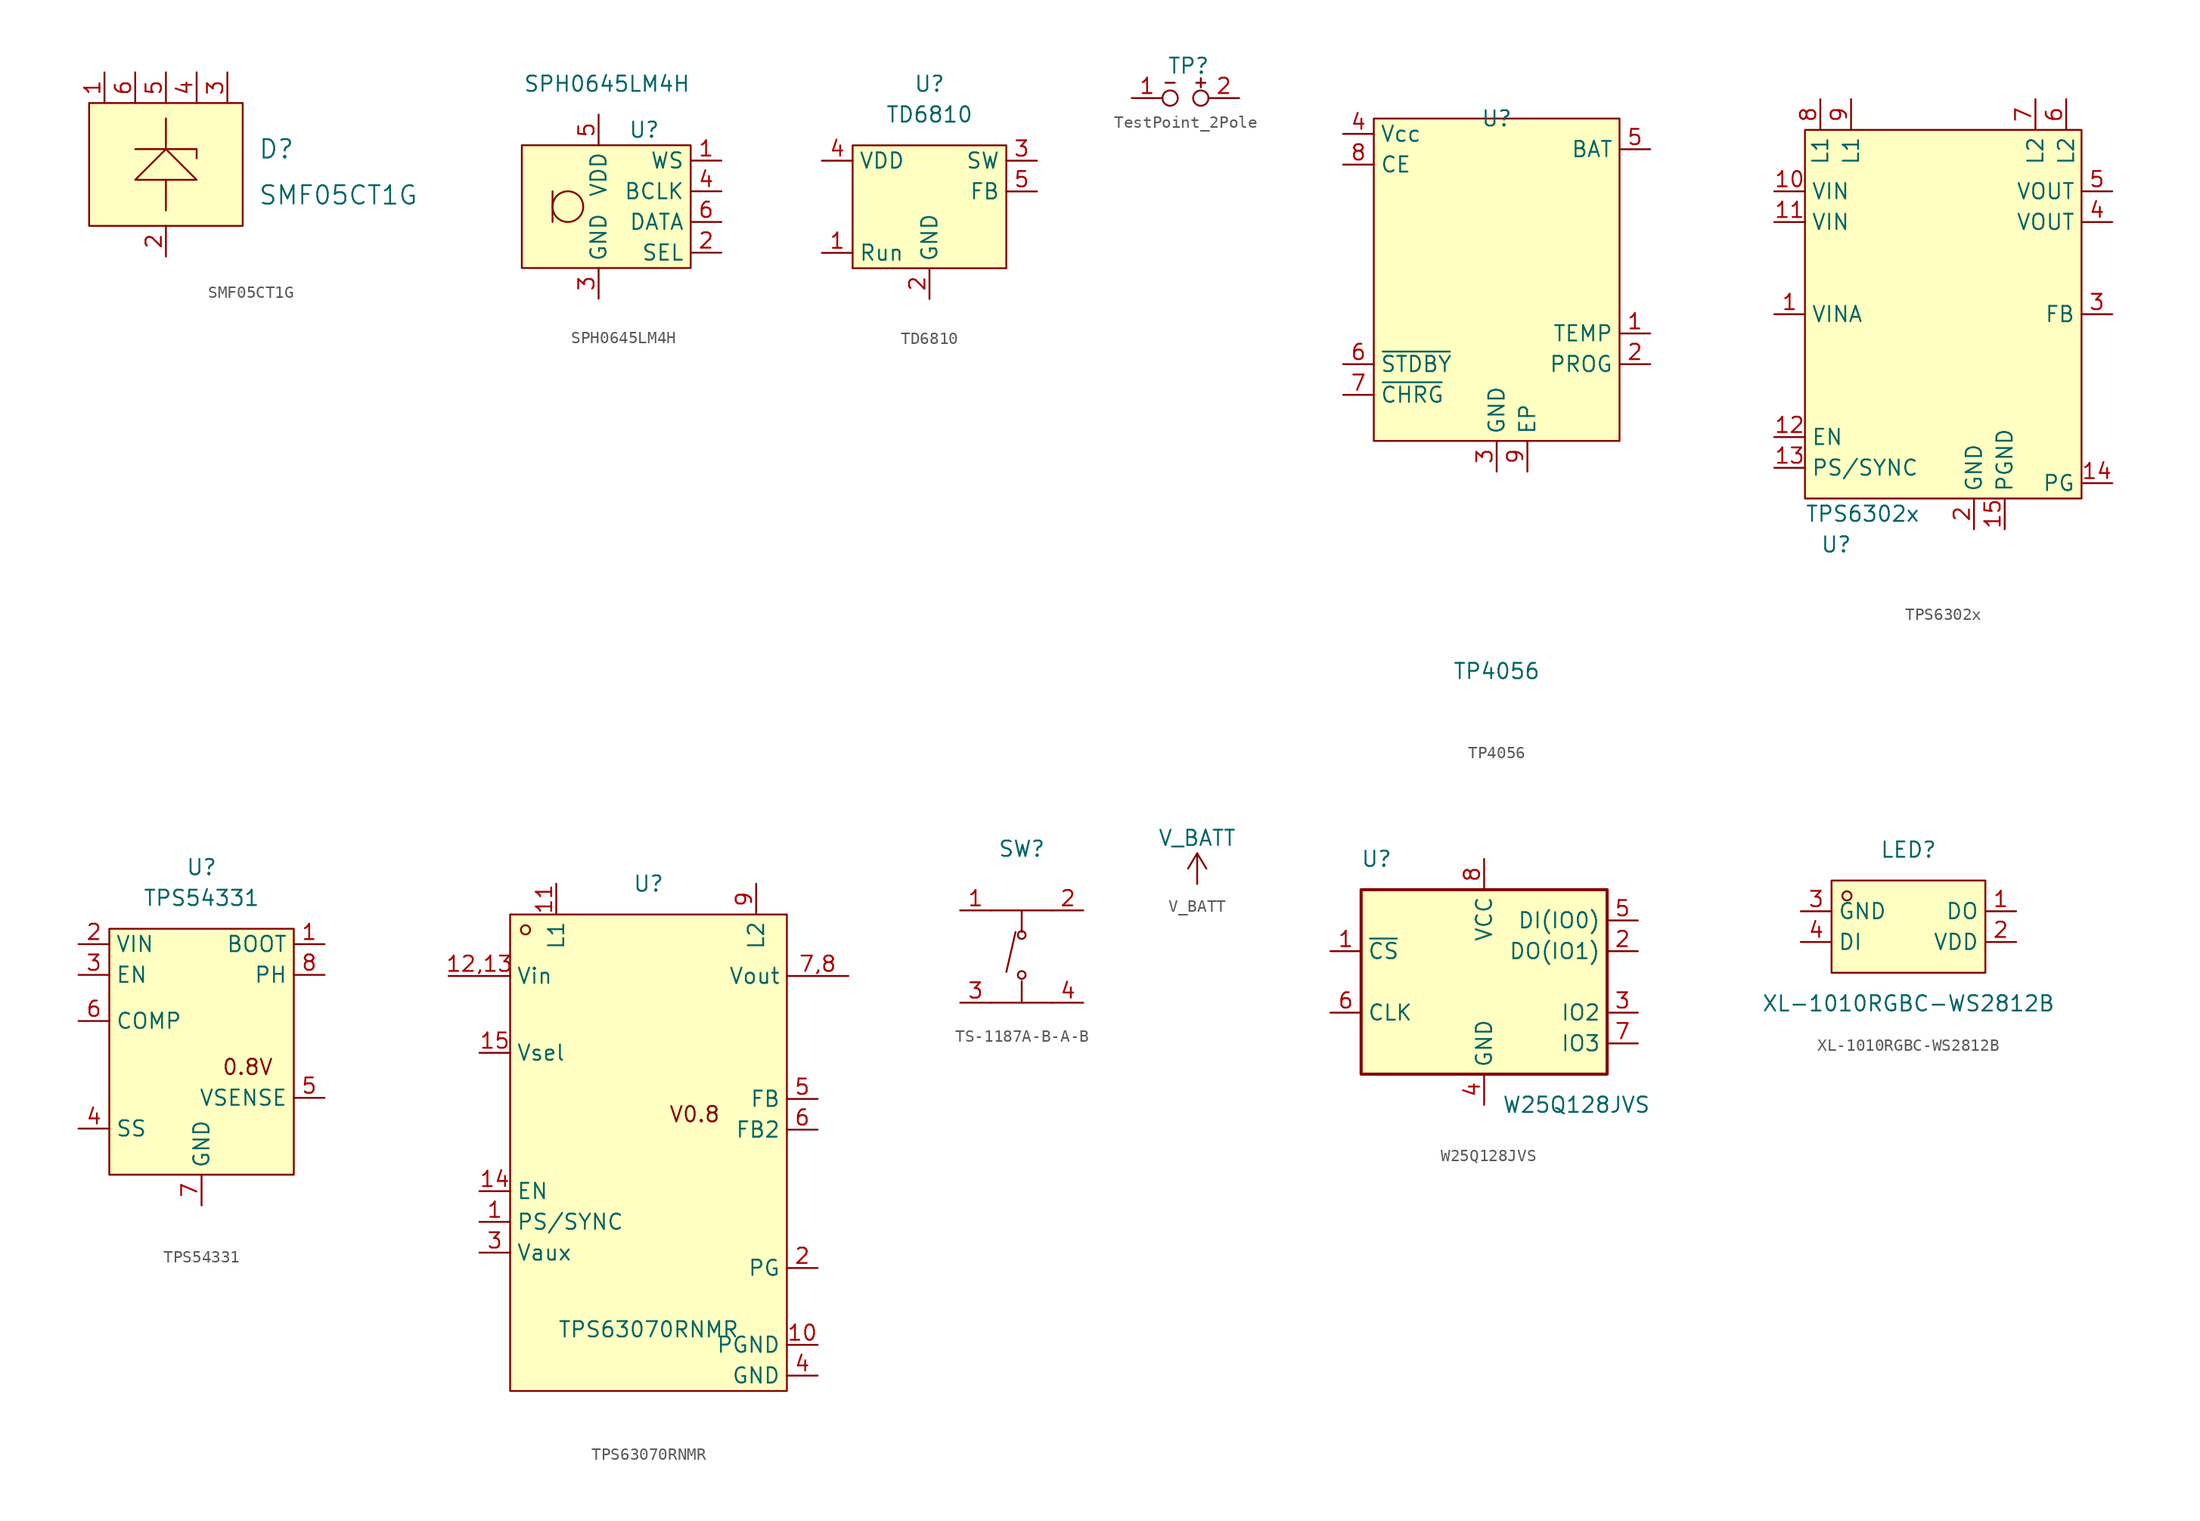
<source format=kicad_sym>
(kicad_symbol_lib
  (version 20231120)
  (generator "kicad_symbol_editor")
  (generator_version "8.0")
  (symbol "SMF05CT1G"
    (pin_names
      (offset 1.016))
    (property "Reference" "D"
      (at 7.62 0 0)
      (effects (font (size 1.524 1.524)) (justify left)))
    (property "Value" "SMF05CT1G"
      (at 7.62 -3.81 0)
      (effects (font (size 1.524 1.524)) (justify left)))
    (symbol "SMF05CT1G_0_1"
      (rectangle (start -6.35 3.81) (end 6.35 -6.35) (stroke (width 0) (type default)) (fill (type background)))
      (polyline (pts (xy 0 -2.54) (xy 0 -5.08)) (stroke (width 0) (type default)) (fill (type none)))
      (polyline (pts (xy 0 0) (xy 0 2.54)) (stroke (width 0) (type default)) (fill (type none))))
    (symbol "SMF05CT1G_1_1"
      (polyline (pts (xy -2.54 0) (xy 2.54 0)) (stroke (width 0) (type default)) (fill (type none)))
      (polyline (pts (xy 2.54 0) (xy 2.54 -0.762)) (stroke (width 0) (type default)) (fill (type none)))
      (polyline (pts (xy 2.54 -2.54) (xy 0 0) (xy -2.54 -2.54) (xy 2.54 -2.54)) (stroke (width 0) (type default)) (fill (type background)))
      (pin input line (at -5.08 6.35 270) (length 2.54) (name "" (effects (font (size 1.27 1.27)))) (number "1" (effects (font (size 1.27 1.27)))))
      (pin input line (at 0 -8.89 90) (length 2.54) (name "" (effects (font (size 1.27 1.27)))) (number "2" (effects (font (size 1.27 1.27)))))
      (pin input line (at 5.08 6.35 270) (length 2.54) (name "" (effects (font (size 1.27 1.27)))) (number "3" (effects (font (size 1.27 1.27)))))
      (pin input line (at 2.54 6.35 270) (length 2.54) (name "" (effects (font (size 1.27 1.27)))) (number "4" (effects (font (size 1.27 1.27)))))
      (pin input line (at 0 6.35 270) (length 2.54) (name "" (effects (font (size 1.27 1.27)))) (number "5" (effects (font (size 1.27 1.27)))))
      (pin input line (at -2.54 6.35 270) (length 2.54) (name "" (effects (font (size 1.27 1.27)))) (number "6" (effects (font (size 1.27 1.27)))))))
  (symbol "SPH0645LM4H"
    (property "Reference" "U"
      (at 3.81 6.35 0)
      (effects (font (size 1.27 1.27)) (justify right)))
    (property "Value" "SPH0645LM4H"
      (at 6.35 10.16 0)
      (effects (font (size 1.27 1.27)) (justify right)))
    (symbol "SPH0645LM4H_0_1"
      (rectangle (start -7.62 5.08) (end 6.35 -5.08) (stroke (width 0) (type default)) (fill (type background)))
      (circle (center -3.81 0) (radius 1.27) (stroke (width 0) (type default)) (fill (type none)))
      (polyline (pts (xy -5.08 1.27) (xy -5.08 -1.27)) (stroke (width 0) (type default)) (fill (type none))))
    (symbol "SPH0645LM4H_1_1"
      (pin input line (at 8.89 3.81 180) (length 2.54) (name "WS" (effects (font (size 1.27 1.27)))) (number "1" (effects (font (size 1.27 1.27)))))
      (pin input line (at 8.89 -3.81 180) (length 2.54) (name "SEL" (effects (font (size 1.27 1.27)))) (number "2" (effects (font (size 1.27 1.27)))))
      (pin input line (at -1.27 -7.62 90) (length 2.54) (name "GND" (effects (font (size 1.27 1.27)))) (number "3" (effects (font (size 1.27 1.27)))))
      (pin input line (at 8.89 1.27 180) (length 2.54) (name "BCLK" (effects (font (size 1.27 1.27)))) (number "4" (effects (font (size 1.27 1.27)))))
      (pin input line (at -1.27 7.62 270) (length 2.54) (name "VDD" (effects (font (size 1.27 1.27)))) (number "5" (effects (font (size 1.27 1.27)))))
      (pin input line (at 8.89 -1.27 180) (length 2.54) (name "DATA" (effects (font (size 1.27 1.27)))) (number "6" (effects (font (size 1.27 1.27)))))))
  (symbol "TD6810"
    (property "Reference" "U"
      (at 0 6.35 0)
      (effects (font (size 1.27 1.27))))
    (property "Value" "TD6810"
      (at 0 3.81 0)
      (effects (font (size 1.27 1.27))))
    (symbol "TD6810_0_1"
      (rectangle (start -6.35 1.27) (end 6.35 -8.89) (stroke (width 0) (type default)) (fill (type background))))
    (symbol "TD6810_1_1"
      (pin input line (at -8.89 -7.62 0) (length 2.54) (name "Run" (effects (font (size 1.27 1.27)))) (number "1" (effects (font (size 1.27 1.27)))))
      (pin power_in line (at 0 -11.43 90) (length 2.54) (name "GND" (effects (font (size 1.27 1.27)))) (number "2" (effects (font (size 1.27 1.27)))))
      (pin power_out line (at 8.89 0 180) (length 2.54) (name "SW" (effects (font (size 1.27 1.27)))) (number "3" (effects (font (size 1.27 1.27)))))
      (pin power_in line (at -8.89 0 0) (length 2.54) (name "VDD" (effects (font (size 1.27 1.27)))) (number "4" (effects (font (size 1.27 1.27)))))
      (pin input line (at 8.89 -2.54 180) (length 2.54) (name "FB" (effects (font (size 1.27 1.27)))) (number "5" (effects (font (size 1.27 1.27)))))))
  (symbol "TestPoint_2Pole"
    (pin_names
      (offset 0.762) hide)
    (property "Reference" "TP"
      (at 0.889 2.667 0)
      (effects (font (size 1.27 1.27))))
    (symbol "TestPoint_2Pole_0_1"
      (circle (center -0.635 0) (radius 0.635) (stroke (width 0) (type default)) (fill (type none)))
      (polyline (pts (xy -1.016 1.27) (xy -0.254 1.27)) (stroke (width 0) (type default)) (fill (type none)))
      (polyline (pts (xy 1.524 1.27) (xy 2.286 1.27)) (stroke (width 0) (type default)) (fill (type none)))
      (polyline (pts (xy 1.905 0.889) (xy 1.905 1.651)) (stroke (width 0) (type default)) (fill (type none)))
      (circle (center 1.905 0) (radius 0.635) (stroke (width 0) (type default)) (fill (type none))))
    (symbol "TestPoint_2Pole_1_1"
      (pin passive line (at -3.81 0 0) (length 2.54) (name "" (effects (font (size 1.27 1.27)))) (number "1" (effects (font (size 1.27 1.27)))))
      (pin passive line (at 5.08 0 180) (length 2.54) (name "" (effects (font (size 1.27 1.27)))) (number "2" (effects (font (size 1.27 1.27)))))))
  (symbol "TP4056"
    (property "Reference" "U"
      (at 0 20.32 0)
      (effects (font (size 1.27 1.27))))
    (property "Value" "TP4056"
      (at 0 -25.4 0)
      (effects (font (size 1.27 1.27))))
    (symbol "TP4056_0_1"
      (rectangle (start -10.16 20.32) (end 10.16 -6.35) (stroke (width 0) (type default)) (fill (type background))))
    (symbol "TP4056_1_1"
      (pin input line (at 12.7 2.54 180) (length 2.54) (name "TEMP" (effects (font (size 1.27 1.27)))) (number "1" (effects (font (size 1.27 1.27)))))
      (pin input line (at 12.7 0 180) (length 2.54) (name "PROG" (effects (font (size 1.27 1.27)))) (number "2" (effects (font (size 1.27 1.27)))))
      (pin input line (at 0 -8.89 90) (length 2.54) (name "GND" (effects (font (size 1.27 1.27)))) (number "3" (effects (font (size 1.27 1.27)))))
      (pin input line (at -12.7 19.05 0) (length 2.54) (name "Vcc" (effects (font (size 1.27 1.27)))) (number "4" (effects (font (size 1.27 1.27)))))
      (pin input line (at 12.7 17.78 180) (length 2.54) (name "BAT" (effects (font (size 1.27 1.27)))) (number "5" (effects (font (size 1.27 1.27)))))
      (pin input line (at -12.7 0 0) (length 2.54) (name "~{STDBY}" (effects (font (size 1.27 1.27)))) (number "6" (effects (font (size 1.27 1.27)))))
      (pin input line (at -12.7 -2.54 0) (length 2.54) (name "~{CHRG}" (effects (font (size 1.27 1.27)))) (number "7" (effects (font (size 1.27 1.27)))))
      (pin input line (at -12.7 16.51 0) (length 2.54) (name "CE" (effects (font (size 1.27 1.27)))) (number "8" (effects (font (size 1.27 1.27)))))
      (pin input line (at 2.54 -8.89 90) (length 2.54) (name "EP" (effects (font (size 1.27 1.27)))) (number "9" (effects (font (size 1.27 1.27)))))))
  (symbol "TPS6302x"
    (property "Reference" "U"
      (at -6.35 -41.91 0)
      (effects (font (size 1.27 1.27)) (justify left)))
    (property "Value" "TPS6302x"
      (at -7.62 -39.37 0)
      (effects (font (size 1.27 1.27)) (justify left)))
    (symbol "TPS6302x_0_1"
      (rectangle (start -7.62 -7.62) (end 15.24 -38.1) (stroke (width 0) (type default)) (fill (type background))))
    (symbol "TPS6302x_1_1"
      (pin input line (at -10.16 -22.86 0) (length 2.54) (name "VINA" (effects (font (size 1.27 1.27)))) (number "1" (effects (font (size 1.27 1.27)))))
      (pin input line (at -10.16 -12.7 0) (length 2.54) (name "VIN" (effects (font (size 1.27 1.27)))) (number "10" (effects (font (size 1.27 1.27)))))
      (pin input line (at -10.16 -15.24 0) (length 2.54) (name "VIN" (effects (font (size 1.27 1.27)))) (number "11" (effects (font (size 1.27 1.27)))))
      (pin input line (at -10.16 -33.02 0) (length 2.54) (name "EN" (effects (font (size 1.27 1.27)))) (number "12" (effects (font (size 1.27 1.27)))))
      (pin input line (at -10.16 -35.56 0) (length 2.54) (name "PS/SYNC" (effects (font (size 1.27 1.27)))) (number "13" (effects (font (size 1.27 1.27)))))
      (pin input line (at 17.78 -36.83 180) (length 2.54) (name "PG" (effects (font (size 1.27 1.27)))) (number "14" (effects (font (size 1.27 1.27)))))
      (pin input line (at 8.89 -40.64 90) (length 2.54) (name "PGND" (effects (font (size 1.27 1.27)))) (number "15" (effects (font (size 1.27 1.27)))))
      (pin input line (at 6.35 -40.64 90) (length 2.54) (name "GND" (effects (font (size 1.27 1.27)))) (number "2" (effects (font (size 1.27 1.27)))))
      (pin input line (at 17.78 -22.86 180) (length 2.54) (name "FB" (effects (font (size 1.27 1.27)))) (number "3" (effects (font (size 1.27 1.27)))))
      (pin input line (at 17.78 -15.24 180) (length 2.54) (name "VOUT" (effects (font (size 1.27 1.27)))) (number "4" (effects (font (size 1.27 1.27)))))
      (pin input line (at 17.78 -12.7 180) (length 2.54) (name "VOUT" (effects (font (size 1.27 1.27)))) (number "5" (effects (font (size 1.27 1.27)))))
      (pin passive line (at 13.97 -5.08 270) (length 2.54) (name "L2" (effects (font (size 1.27 1.27)))) (number "6" (effects (font (size 1.27 1.27)))))
      (pin passive line (at 11.43 -5.08 270) (length 2.54) (name "L2" (effects (font (size 1.27 1.27)))) (number "7" (effects (font (size 1.27 1.27)))))
      (pin passive line (at -6.35 -5.08 270) (length 2.54) (name "L1" (effects (font (size 1.27 1.27)))) (number "8" (effects (font (size 1.27 1.27)))))
      (pin power_out line (at -3.81 -5.08 270) (length 2.54) (name "L1" (effects (font (size 1.27 1.27)))) (number "9" (effects (font (size 1.27 1.27)))))))
  (symbol "TPS54331"
    (property "Reference" "U"
      (at 1.27 1.27 0)
      (effects (font (size 1.27 1.27))))
    (property "Value" "TPS54331"
      (at 1.27 -1.27 0)
      (effects (font (size 1.27 1.27))))
    (symbol "TPS54331_0_0"
      (text "0.8V" (at 5.08 -15.24 0) (effects (font (size 1.27 1.27)))))
    (symbol "TPS54331_0_1"
      (rectangle (start -6.35 -3.81) (end 8.89 -24.13) (stroke (width 0) (type default)) (fill (type background))))
    (symbol "TPS54331_1_1"
      (pin input line (at 11.43 -5.08 180) (length 2.54) (name "BOOT" (effects (font (size 1.27 1.27)))) (number "1" (effects (font (size 1.27 1.27)))))
      (pin input line (at -8.89 -5.08 0) (length 2.54) (name "VIN" (effects (font (size 1.27 1.27)))) (number "2" (effects (font (size 1.27 1.27)))))
      (pin input line (at -8.89 -7.62 0) (length 2.54) (name "EN" (effects (font (size 1.27 1.27)))) (number "3" (effects (font (size 1.27 1.27)))))
      (pin input line (at -8.89 -20.32 0) (length 2.54) (name "SS" (effects (font (size 1.27 1.27)))) (number "4" (effects (font (size 1.27 1.27)))))
      (pin input line (at 11.43 -17.78 180) (length 2.54) (name "VSENSE" (effects (font (size 1.27 1.27)))) (number "5" (effects (font (size 1.27 1.27)))))
      (pin input line (at -8.89 -11.43 0) (length 2.54) (name "COMP" (effects (font (size 1.27 1.27)))) (number "6" (effects (font (size 1.27 1.27)))))
      (pin input line (at 1.27 -26.67 90) (length 2.54) (name "GND" (effects (font (size 1.27 1.27)))) (number "7" (effects (font (size 1.27 1.27)))))
      (pin input line (at 11.43 -7.62 180) (length 2.54) (name "PH" (effects (font (size 1.27 1.27)))) (number "8" (effects (font (size 1.27 1.27)))))))
  (symbol "TPS63070RNMR"
    (property "Reference" "U"
      (at 0 13.97 0)
      (effects (font (size 1.27 1.27))))
    (property "Value" "TPS63070RNMR"
      (at 0 -22.86 0)
      (effects (font (size 1.27 1.27))))
    (symbol "TPS63070RNMR_0_1"
      (rectangle (start -11.43 11.43) (end 11.43 -27.94) (stroke (width 0) (type default)) (fill (type background)))
      (circle (center -10.16 10.16) (radius 0.38) (stroke (width 0) (type default)) (fill (type none)))
      (pin unspecified line (at -13.97 -13.97 0) (length 2.54) (name "PS/SYNC" (effects (font (size 1.27 1.27)))) (number "1" (effects (font (size 1.27 1.27)))))
      (pin unspecified line (at 13.97 -24.13 180) (length 2.54) (name "PGND" (effects (font (size 1.27 1.27)))) (number "10" (effects (font (size 1.27 1.27)))))
      (pin unspecified line (at -13.97 -11.43 0) (length 2.54) (name "EN" (effects (font (size 1.27 1.27)))) (number "14" (effects (font (size 1.27 1.27)))))
      (pin unspecified line (at -13.97 0 0) (length 2.54) (name "Vsel" (effects (font (size 1.27 1.27)))) (number "15" (effects (font (size 1.27 1.27)))))
      (pin unspecified line (at 13.97 -17.78 180) (length 2.54) (name "PG" (effects (font (size 1.27 1.27)))) (number "2" (effects (font (size 1.27 1.27)))))
      (pin unspecified line (at -13.97 -16.51 0) (length 2.54) (name "Vaux" (effects (font (size 1.27 1.27)))) (number "3" (effects (font (size 1.27 1.27)))))
      (pin unspecified line (at 13.97 -26.67 180) (length 2.54) (name "GND" (effects (font (size 1.27 1.27)))) (number "4" (effects (font (size 1.27 1.27)))))
      (pin unspecified line (at 13.97 -3.81 180) (length 2.54) (name "FB" (effects (font (size 1.27 1.27)))) (number "5" (effects (font (size 1.27 1.27)))))
      (pin unspecified line (at 13.97 -6.35 180) (length 2.54) (name "FB2" (effects (font (size 1.27 1.27)))) (number "6" (effects (font (size 1.27 1.27)))))
      (pin unspecified line (at 8.89 13.97 270) (length 2.54) (name "L2" (effects (font (size 1.27 1.27)))) (number "9" (effects (font (size 1.27 1.27))))))
    (symbol "TPS63070RNMR_1_1"
      (text "V0.8" (at 3.81 -5.08 0) (effects (font (size 1.27 1.27))))
      (pin power_out line (at -7.62 13.97 270) (length 2.54) (name "L1" (effects (font (size 1.27 1.27)))) (number "11" (effects (font (size 1.27 1.27)))))
      (pin power_in line (at -16.51 6.35 0) (length 5.08) (name "Vin" (effects (font (size 1.27 1.27)))) (number "12,13" (effects (font (size 1.27 1.27)))))
      (pin unspecified line (at 16.51 6.35 180) (length 5.08) (name "Vout" (effects (font (size 1.27 1.27)))) (number "7,8" (effects (font (size 1.27 1.27)))))))
  (symbol "TS-1187A-B-A-B"
    (property "Reference" "SW"
      (at 0 7.62 0)
      (effects (font (size 1.27 1.27))))
    (symbol "TS-1187A-B-A-B_0_1"
      (circle (center 0 -2.79) (radius 0.32) (stroke (width 0) (type default)) (fill (type none)))
      (polyline (pts (xy -2.54 -5.08) (xy 2.54 -5.08)) (stroke (width 0) (type default)) (fill (type none)))
      (polyline (pts (xy -2.54 2.54) (xy 2.54 2.54)) (stroke (width 0) (type default)) (fill (type none)))
      (polyline (pts (xy -0.51 0.76) (xy -1.27 -2.54)) (stroke (width 0) (type default)) (fill (type none)))
      (polyline (pts (xy 0 -3.3) (xy 0 -5.08)) (stroke (width 0) (type default)) (fill (type none)))
      (polyline (pts (xy 0 0.76) (xy 0 2.54)) (stroke (width 0) (type default)) (fill (type none)))
      (circle (center 0 0.51) (radius 0.32) (stroke (width 0) (type default)) (fill (type none))))
    (symbol "TS-1187A-B-A-B_1_1"
      (pin unspecified line (at -5.08 2.54 0) (length 2.54) (name "" (effects (font (size 1.27 1.27)))) (number "1" (effects (font (size 1.27 1.27)))))
      (pin unspecified line (at 5.08 2.54 180) (length 2.54) (name "" (effects (font (size 1.27 1.27)))) (number "2" (effects (font (size 1.27 1.27)))))
      (pin unspecified line (at -5.08 -5.08 0) (length 2.54) (name "" (effects (font (size 1.27 1.27)))) (number "3" (effects (font (size 1.27 1.27)))))
      (pin unspecified line (at 5.08 -5.08 180) (length 2.54) (name "" (effects (font (size 1.27 1.27)))) (number "4" (effects (font (size 1.27 1.27)))))))
  (symbol "V_BATT"
    (power)
    (pin_names
      (offset 0))
    (property "Reference" "#PWR04"
      (at 0 -3.81 0)
      (effects (font (size 1.27 1.27)) (hide yes)))
    (property "Value" "V_BATT"
      (at 0 3.81 0)
      (effects (font (size 1.27 1.27))))
    (symbol "V_BATT_0_1"
      (polyline (pts (xy -0.762 1.27) (xy 0 2.54)) (stroke (width 0) (type default)) (fill (type none)))
      (polyline (pts (xy 0 0) (xy 0 2.54)) (stroke (width 0) (type default)) (fill (type none)))
      (polyline (pts (xy 0 2.54) (xy 0.762 1.27)) (stroke (width 0) (type default)) (fill (type none))))
    (symbol "V_BATT_1_1"
      (pin power_in line (at 0 0 90) (length 0) hide (name "V_BATT" (effects (font (size 1.27 1.27)))) (number "1" (effects (font (size 1.27 1.27)))))))
  (symbol "W25Q128JVS"
    (property "Reference" "U"
      (at -8.89 10.16 0)
      (effects (font (size 1.27 1.27))))
    (property "Value" "W25Q128JVS"
      (at 7.62 -10.16 0)
      (effects (font (size 1.27 1.27))))
    (symbol "W25Q128JVS_0_1"
      (rectangle (start -10.16 7.62) (end 10.16 -7.62) (stroke (width 0.254) (type default)) (fill (type background))))
    (symbol "W25Q128JVS_1_1"
      (pin input line (at -12.7 2.54 0) (length 2.54) (name "~{CS}" (effects (font (size 1.27 1.27)))) (number "1" (effects (font (size 1.27 1.27)))))
      (pin bidirectional line (at 12.7 2.54 180) (length 2.54) (name "DO(IO1)" (effects (font (size 1.27 1.27)))) (number "2" (effects (font (size 1.27 1.27)))))
      (pin bidirectional line (at 12.7 -2.54 180) (length 2.54) (name "IO2" (effects (font (size 1.27 1.27)))) (number "3" (effects (font (size 1.27 1.27)))))
      (pin power_in line (at 0 -10.16 90) (length 2.54) (name "GND" (effects (font (size 1.27 1.27)))) (number "4" (effects (font (size 1.27 1.27)))))
      (pin bidirectional line (at 12.7 5.08 180) (length 2.54) (name "DI(IO0)" (effects (font (size 1.27 1.27)))) (number "5" (effects (font (size 1.27 1.27)))))
      (pin input line (at -12.7 -2.54 0) (length 2.54) (name "CLK" (effects (font (size 1.27 1.27)))) (number "6" (effects (font (size 1.27 1.27)))))
      (pin bidirectional line (at 12.7 -5.08 180) (length 2.54) (name "IO3" (effects (font (size 1.27 1.27)))) (number "7" (effects (font (size 1.27 1.27)))))
      (pin power_in line (at 0 10.16 270) (length 2.54) (name "VCC" (effects (font (size 1.27 1.27)))) (number "8" (effects (font (size 1.27 1.27)))))))
  (symbol "XL-1010RGBC-WS2812B"
    (property "Reference" "LED"
      (at 0 6.35 0)
      (effects (font (size 1.27 1.27))))
    (property "Value" "XL-1010RGBC-WS2812B"
      (at 0 -6.35 0)
      (effects (font (size 1.27 1.27))))
    (symbol "XL-1010RGBC-WS2812B_0_1"
      (rectangle (start -6.35 3.81) (end 6.35 -3.81) (stroke (width 0) (type default)) (fill (type background)))
      (circle (center -5.08 2.54) (radius 0.38) (stroke (width 0) (type default)) (fill (type none))))
    (symbol "XL-1010RGBC-WS2812B_1_1"
      (pin unspecified line (at 8.89 1.27 180) (length 2.54) (name "DO" (effects (font (size 1.27 1.27)))) (number "1" (effects (font (size 1.27 1.27)))))
      (pin unspecified line (at 8.89 -1.27 180) (length 2.54) (name "VDD" (effects (font (size 1.27 1.27)))) (number "2" (effects (font (size 1.27 1.27)))))
      (pin unspecified line (at -8.89 1.27 0) (length 2.54) (name "GND" (effects (font (size 1.27 1.27)))) (number "3" (effects (font (size 1.27 1.27)))))
      (pin unspecified line (at -8.89 -1.27 0) (length 2.54) (name "DI" (effects (font (size 1.27 1.27)))) (number "4" (effects (font (size 1.27 1.27))))))))
</source>
